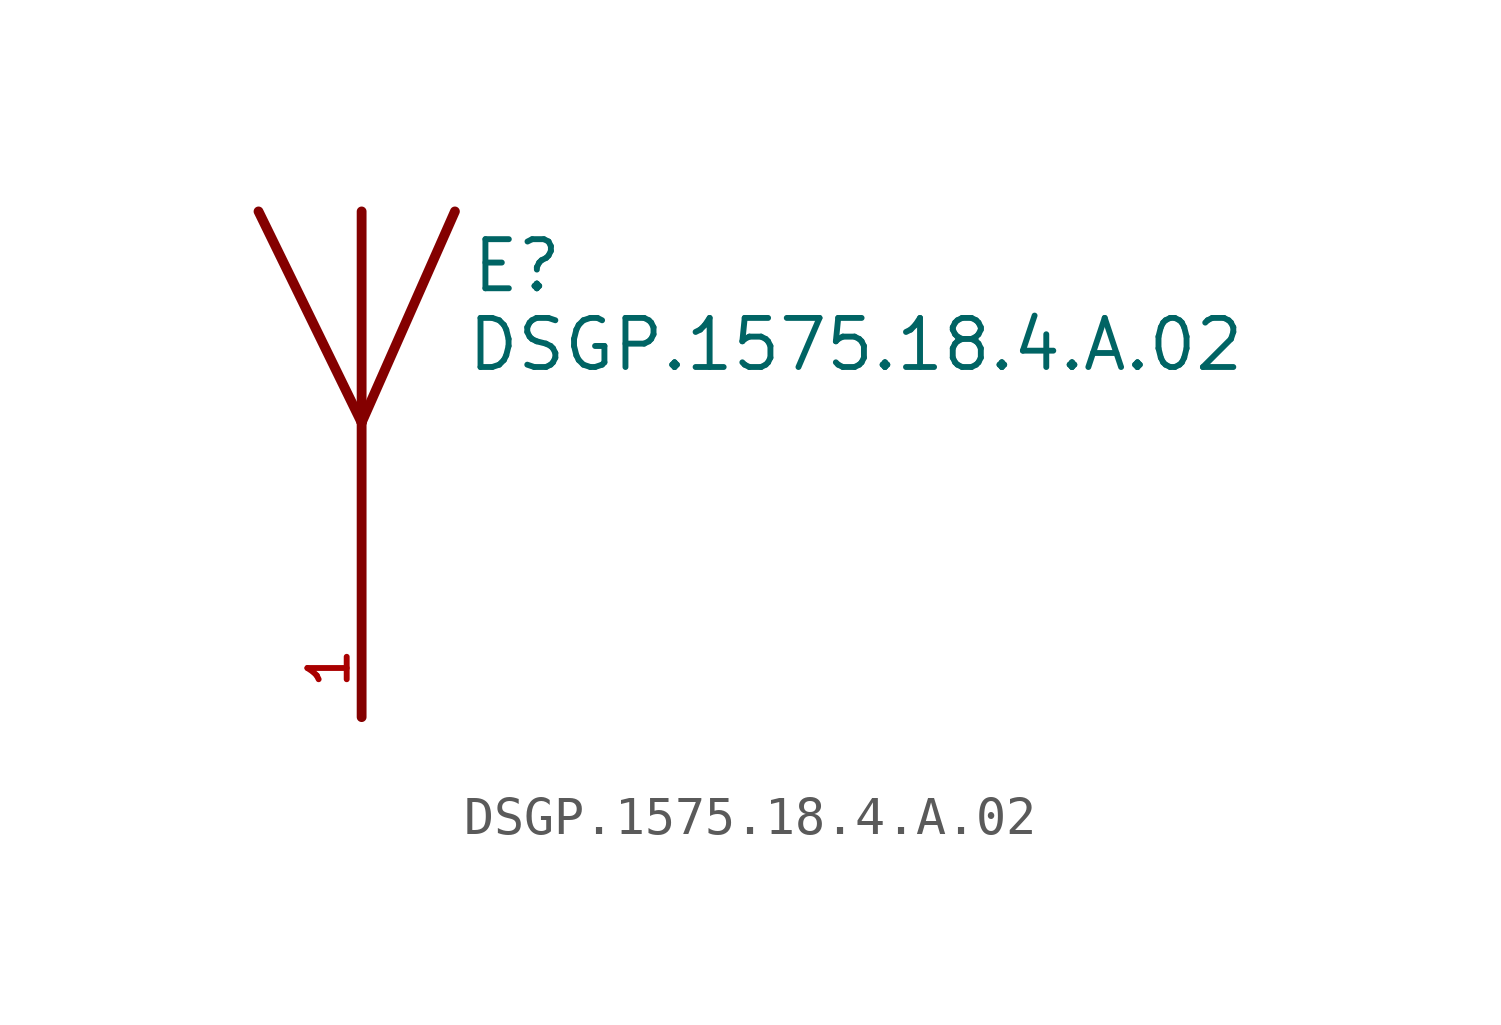
<source format=kicad_sym>
(kicad_symbol_lib
  (version 20211014)
  (generator kicad_symbol_editor)
  (symbol "DSGP.1575.18.4.A.02"
    (pin_names
      (offset 1.016))
    (property "Reference" "E"
      (at 2.8 5.85 0)
      (effects (font (size 1.27 1.27)) (justify bottom left)))
    (property "Value" "DSGP.1575.18.4.A.02"
      (at 2.673 3.813 0)
      (effects (font (size 1.27 1.27)) (justify bottom left)))
    (symbol "DSGP.1575.18.4.A.02_0_0"
      (polyline (pts (xy 2.413 8.001) (xy 0.0 2.54)) (stroke (width 0.254)))
      (polyline (pts (xy 0.0 2.54) (xy -2.667 8.001)) (stroke (width 0.254)))
      (polyline (pts (xy 0.0 8.001) (xy 0.0 2.54)) (stroke (width 0.254)))
      (polyline (pts (xy 0.0 2.54) (xy 0.0 -5.08)) (stroke (width 0.254)))
      (pin input line (at 0.0 -5.08 90.0) (length 2.54) (name "~" (effects (font (size 1.016 1.016)))) (number "1" (effects (font (size 1.016 1.016))))))))
</source>
